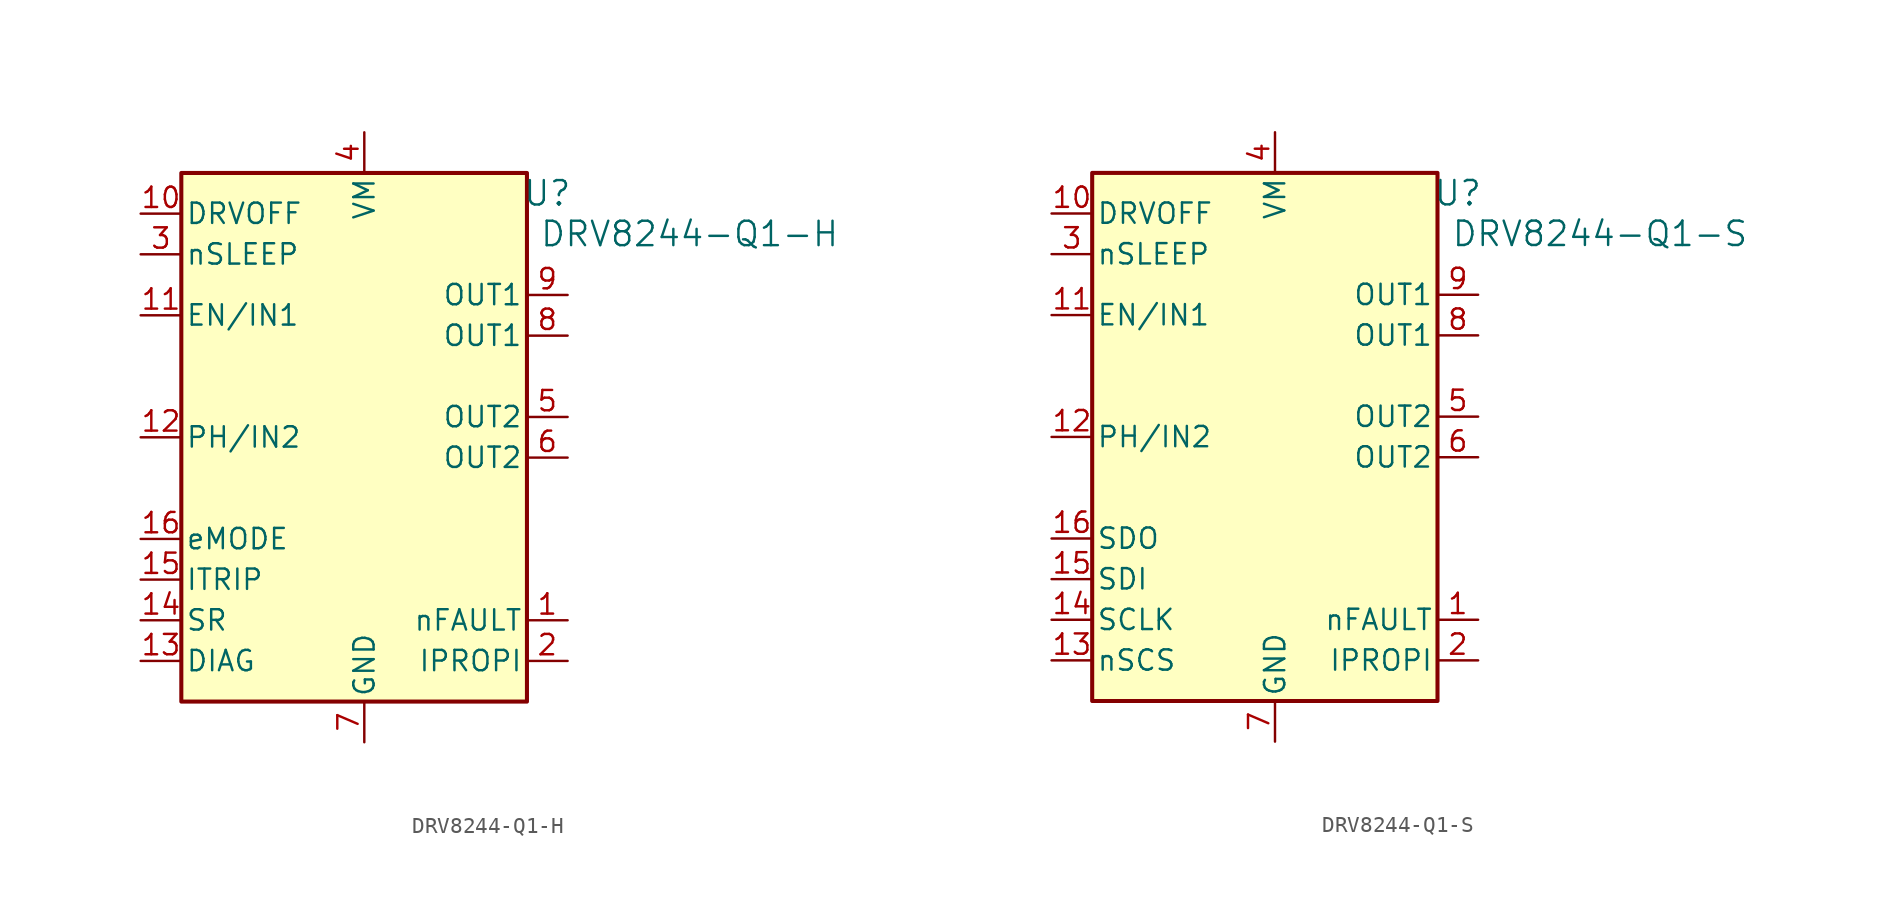
<source format=kicad_sym>
(kicad_symbol_lib
  (version 20231120)
  (generator "kicad_symbol_editor")
  (generator_version "8.0")
  (symbol "DRV8244-Q1-H"
    (pin_names
      (offset 0.254))
    (property "Reference" "U"
      (at -1.27 24.13 0)
      (effects (font (size 1.524 1.524))))
    (property "Value" "DRV8244-Q1-H"
      (at 7.62 21.59 0)
      (effects (font (size 1.524 1.524))))
    (symbol "DRV8244-Q1-H_0_1"
      (rectangle (start -24.13 25.4) (end -2.54 -7.62) (stroke (width 0.254) (type default)) (fill (type background))))
    (symbol "DRV8244-Q1-H_1_1"
      (pin output line (at 0 -2.54 180) (length 2.54) (name "nFAULT" (effects (font (size 1.27 1.27)))) (number "1" (effects (font (size 1.27 1.27)))))
      (pin input line (at -26.67 22.86 0) (length 2.54) (name "DRVOFF" (effects (font (size 1.27 1.27)))) (number "10" (effects (font (size 1.27 1.27)))))
      (pin input line (at -26.67 16.51 0) (length 2.54) (name "EN/IN1" (effects (font (size 1.27 1.27)))) (number "11" (effects (font (size 1.27 1.27)))))
      (pin input line (at -26.67 8.89 0) (length 2.54) (name "PH/IN2" (effects (font (size 1.27 1.27)))) (number "12" (effects (font (size 1.27 1.27)))))
      (pin input line (at -26.67 -5.08 0) (length 2.54) (name "DIAG" (effects (font (size 1.27 1.27)))) (number "13" (effects (font (size 1.27 1.27)))))
      (pin input line (at -26.67 -2.54 0) (length 2.54) (name "SR" (effects (font (size 1.27 1.27)))) (number "14" (effects (font (size 1.27 1.27)))))
      (pin input line (at -26.67 0 0) (length 2.54) (name "ITRIP" (effects (font (size 1.27 1.27)))) (number "15" (effects (font (size 1.27 1.27)))))
      (pin input line (at -26.67 2.54 0) (length 2.54) (name "eMODE" (effects (font (size 1.27 1.27)))) (number "16" (effects (font (size 1.27 1.27)))))
      (pin bidirectional line (at 0 -5.08 180) (length 2.54) (name "IPROPI" (effects (font (size 1.27 1.27)))) (number "2" (effects (font (size 1.27 1.27)))))
      (pin input line (at -26.67 20.32 0) (length 2.54) (name "nSLEEP" (effects (font (size 1.27 1.27)))) (number "3" (effects (font (size 1.27 1.27)))))
      (pin power_in line (at -12.7 27.94 270) (length 2.54) (name "VM" (effects (font (size 1.27 1.27)))) (number "4" (effects (font (size 1.27 1.27)))))
      (pin output line (at 0 10.16 180) (length 2.54) (name "OUT2" (effects (font (size 1.27 1.27)))) (number "5" (effects (font (size 1.27 1.27)))))
      (pin output line (at 0 7.62 180) (length 2.54) (name "OUT2" (effects (font (size 1.27 1.27)))) (number "6" (effects (font (size 1.27 1.27)))))
      (pin power_out line (at -12.7 -10.16 90) (length 2.54) (name "GND" (effects (font (size 1.27 1.27)))) (number "7" (effects (font (size 1.27 1.27)))))
      (pin output line (at 0 15.24 180) (length 2.54) (name "OUT1" (effects (font (size 1.27 1.27)))) (number "8" (effects (font (size 1.27 1.27)))))
      (pin output line (at 0 17.78 180) (length 2.54) (name "OUT1" (effects (font (size 1.27 1.27)))) (number "9" (effects (font (size 1.27 1.27)))))))
  (symbol "DRV8244-Q1-S"
    (pin_names
      (offset 0.254))
    (property "Reference" "U"
      (at -1.27 24.13 0)
      (effects (font (size 1.524 1.524))))
    (property "Value" "DRV8244-Q1-S"
      (at 7.62 21.59 0)
      (effects (font (size 1.524 1.524))))
    (symbol "DRV8244-Q1-S_0_1"
      (rectangle (start -24.13 25.4) (end -2.54 -7.62) (stroke (width 0.254) (type default)) (fill (type background))))
    (symbol "DRV8244-Q1-S_1_1"
      (pin output line (at 0 -2.54 180) (length 2.54) (name "nFAULT" (effects (font (size 1.27 1.27)))) (number "1" (effects (font (size 1.27 1.27)))))
      (pin input line (at -26.67 22.86 0) (length 2.54) (name "DRVOFF" (effects (font (size 1.27 1.27)))) (number "10" (effects (font (size 1.27 1.27)))))
      (pin input line (at -26.67 16.51 0) (length 2.54) (name "EN/IN1" (effects (font (size 1.27 1.27)))) (number "11" (effects (font (size 1.27 1.27)))))
      (pin input line (at -26.67 8.89 0) (length 2.54) (name "PH/IN2" (effects (font (size 1.27 1.27)))) (number "12" (effects (font (size 1.27 1.27)))))
      (pin input line (at -26.67 -5.08 0) (length 2.54) (name "nSCS" (effects (font (size 1.27 1.27)))) (number "13" (effects (font (size 1.27 1.27)))))
      (pin input line (at -26.67 -2.54 0) (length 2.54) (name "SCLK" (effects (font (size 1.27 1.27)))) (number "14" (effects (font (size 1.27 1.27)))))
      (pin input line (at -26.67 0 0) (length 2.54) (name "SDI" (effects (font (size 1.27 1.27)))) (number "15" (effects (font (size 1.27 1.27)))))
      (pin output line (at -26.67 2.54 0) (length 2.54) (name "SDO" (effects (font (size 1.27 1.27)))) (number "16" (effects (font (size 1.27 1.27)))))
      (pin bidirectional line (at 0 -5.08 180) (length 2.54) (name "IPROPI" (effects (font (size 1.27 1.27)))) (number "2" (effects (font (size 1.27 1.27)))))
      (pin input line (at -26.67 20.32 0) (length 2.54) (name "nSLEEP" (effects (font (size 1.27 1.27)))) (number "3" (effects (font (size 1.27 1.27)))))
      (pin power_in line (at -12.7 27.94 270) (length 2.54) (name "VM" (effects (font (size 1.27 1.27)))) (number "4" (effects (font (size 1.27 1.27)))))
      (pin output line (at 0 10.16 180) (length 2.54) (name "OUT2" (effects (font (size 1.27 1.27)))) (number "5" (effects (font (size 1.27 1.27)))))
      (pin output line (at 0 7.62 180) (length 2.54) (name "OUT2" (effects (font (size 1.27 1.27)))) (number "6" (effects (font (size 1.27 1.27)))))
      (pin power_out line (at -12.7 -10.16 90) (length 2.54) (name "GND" (effects (font (size 1.27 1.27)))) (number "7" (effects (font (size 1.27 1.27)))))
      (pin output line (at 0 15.24 180) (length 2.54) (name "OUT1" (effects (font (size 1.27 1.27)))) (number "8" (effects (font (size 1.27 1.27)))))
      (pin output line (at 0 17.78 180) (length 2.54) (name "OUT1" (effects (font (size 1.27 1.27)))) (number "9" (effects (font (size 1.27 1.27))))))))
</source>
